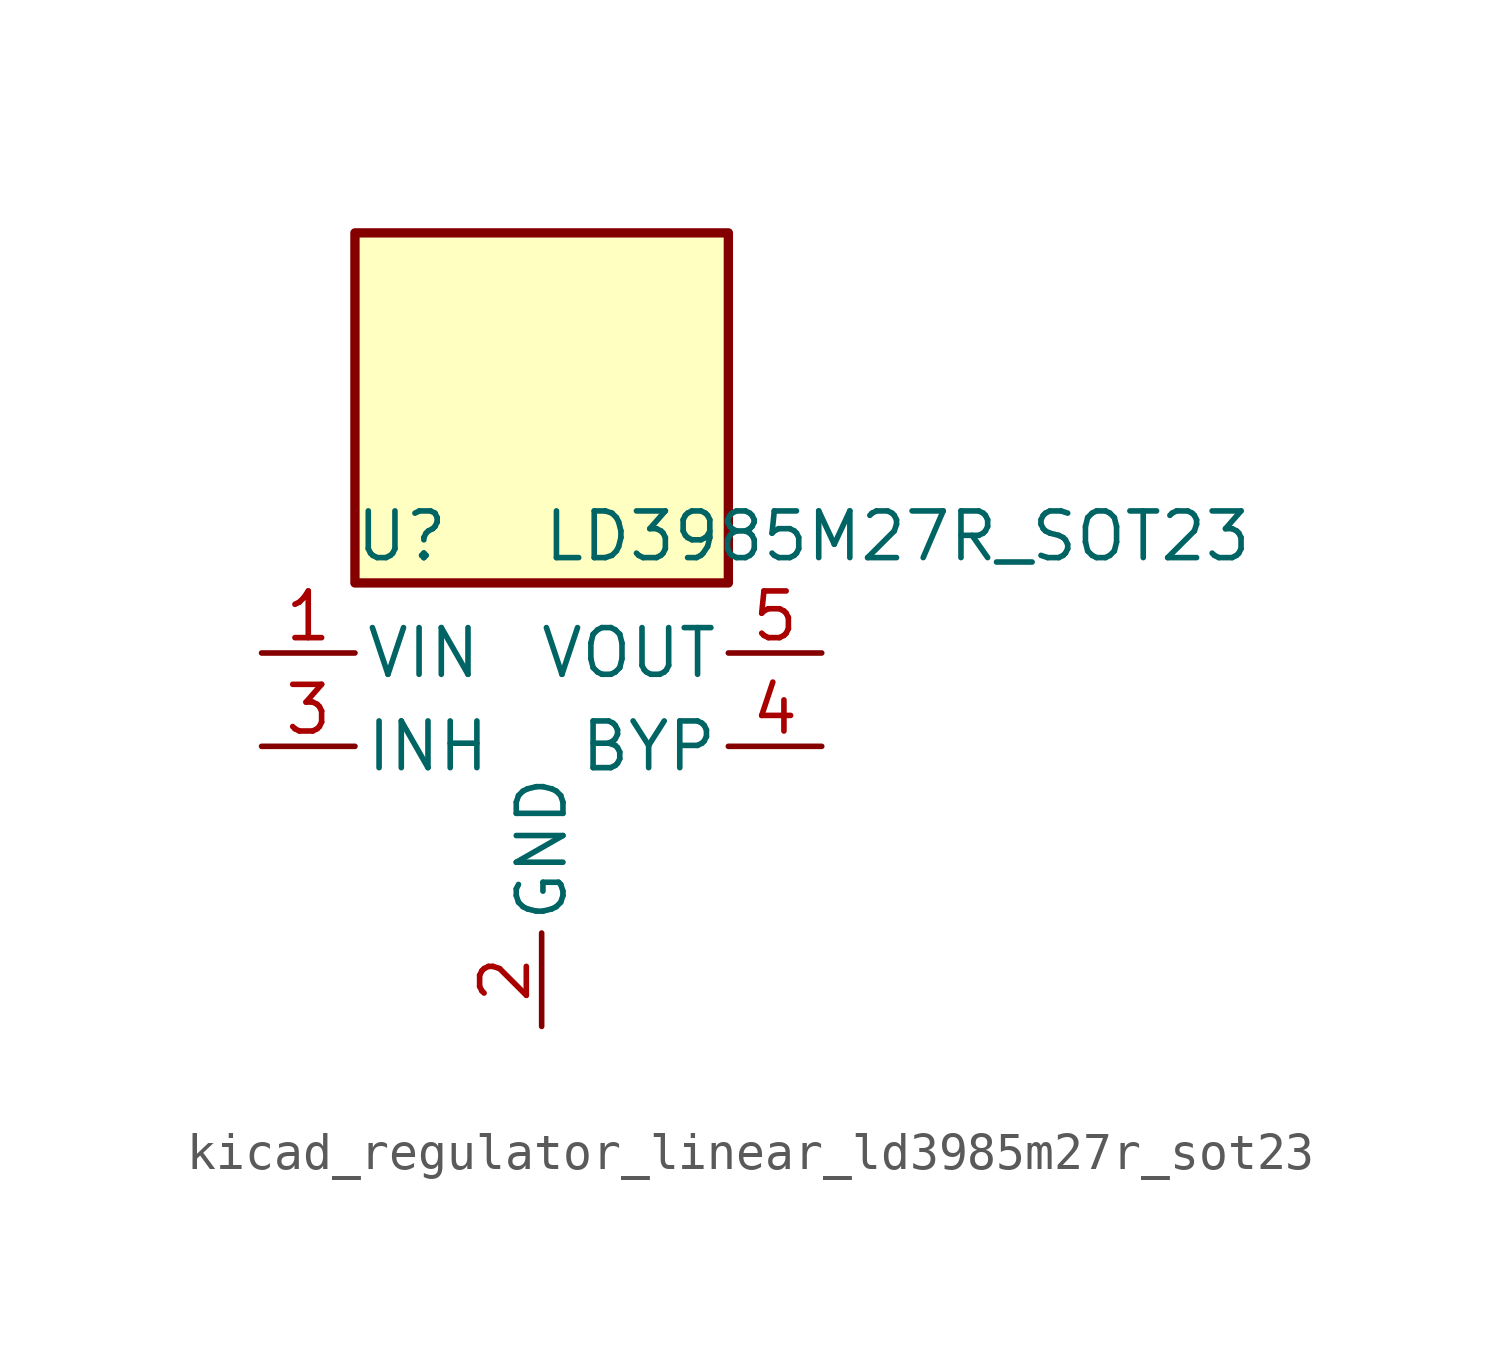
<source format=kicad_sym>
(kicad_symbol_lib
  (version 20220914)
  (generator kicad_symbol_editor)
  (symbol "kicad_regulator_linear_ld3985m27r_sot23"
    (pin_names
      (offset 0.254))
    (property "Reference" "U"
      (at -3.81 5.715 0)
      (effects (font (size 1.27 1.27))))
    (property "Value" "LD3985M27R_SOT23"
      (at 0 5.715 0)
      (effects (font (size 1.27 1.27)) (justify left)))
    (symbol "kicad_regulator_linear_ld3985m27r_sot23_0_1"
      (rectangle (start 5.08 13.97) (end -5.08 4.445) (stroke (width 0.254) (type default)) (fill (type background))))
    (symbol "kicad_regulator_linear_ld3985m27r_sot23_1_1"
      (pin power_in line (at -7.62 2.54 0) (length 2.54) (name "VIN" (effects (font (size 1.27 1.27)))) (number "1" (effects (font (size 1.27 1.27)))))
      (pin power_in line (at 0 -7.62 90) (length 2.54) (name "GND" (effects (font (size 1.27 1.27)))) (number "2" (effects (font (size 1.27 1.27)))))
      (pin input line (at -7.62 0 0) (length 2.54) (name "INH" (effects (font (size 1.27 1.27)))) (number "3" (effects (font (size 1.27 1.27)))))
      (pin input line (at 7.62 0 180) (length 2.54) (name "BYP" (effects (font (size 1.27 1.27)))) (number "4" (effects (font (size 1.27 1.27)))))
      (pin power_out line (at 7.62 2.54 180) (length 2.54) (name "VOUT" (effects (font (size 1.27 1.27)))) (number "5" (effects (font (size 1.27 1.27))))))))
</source>
